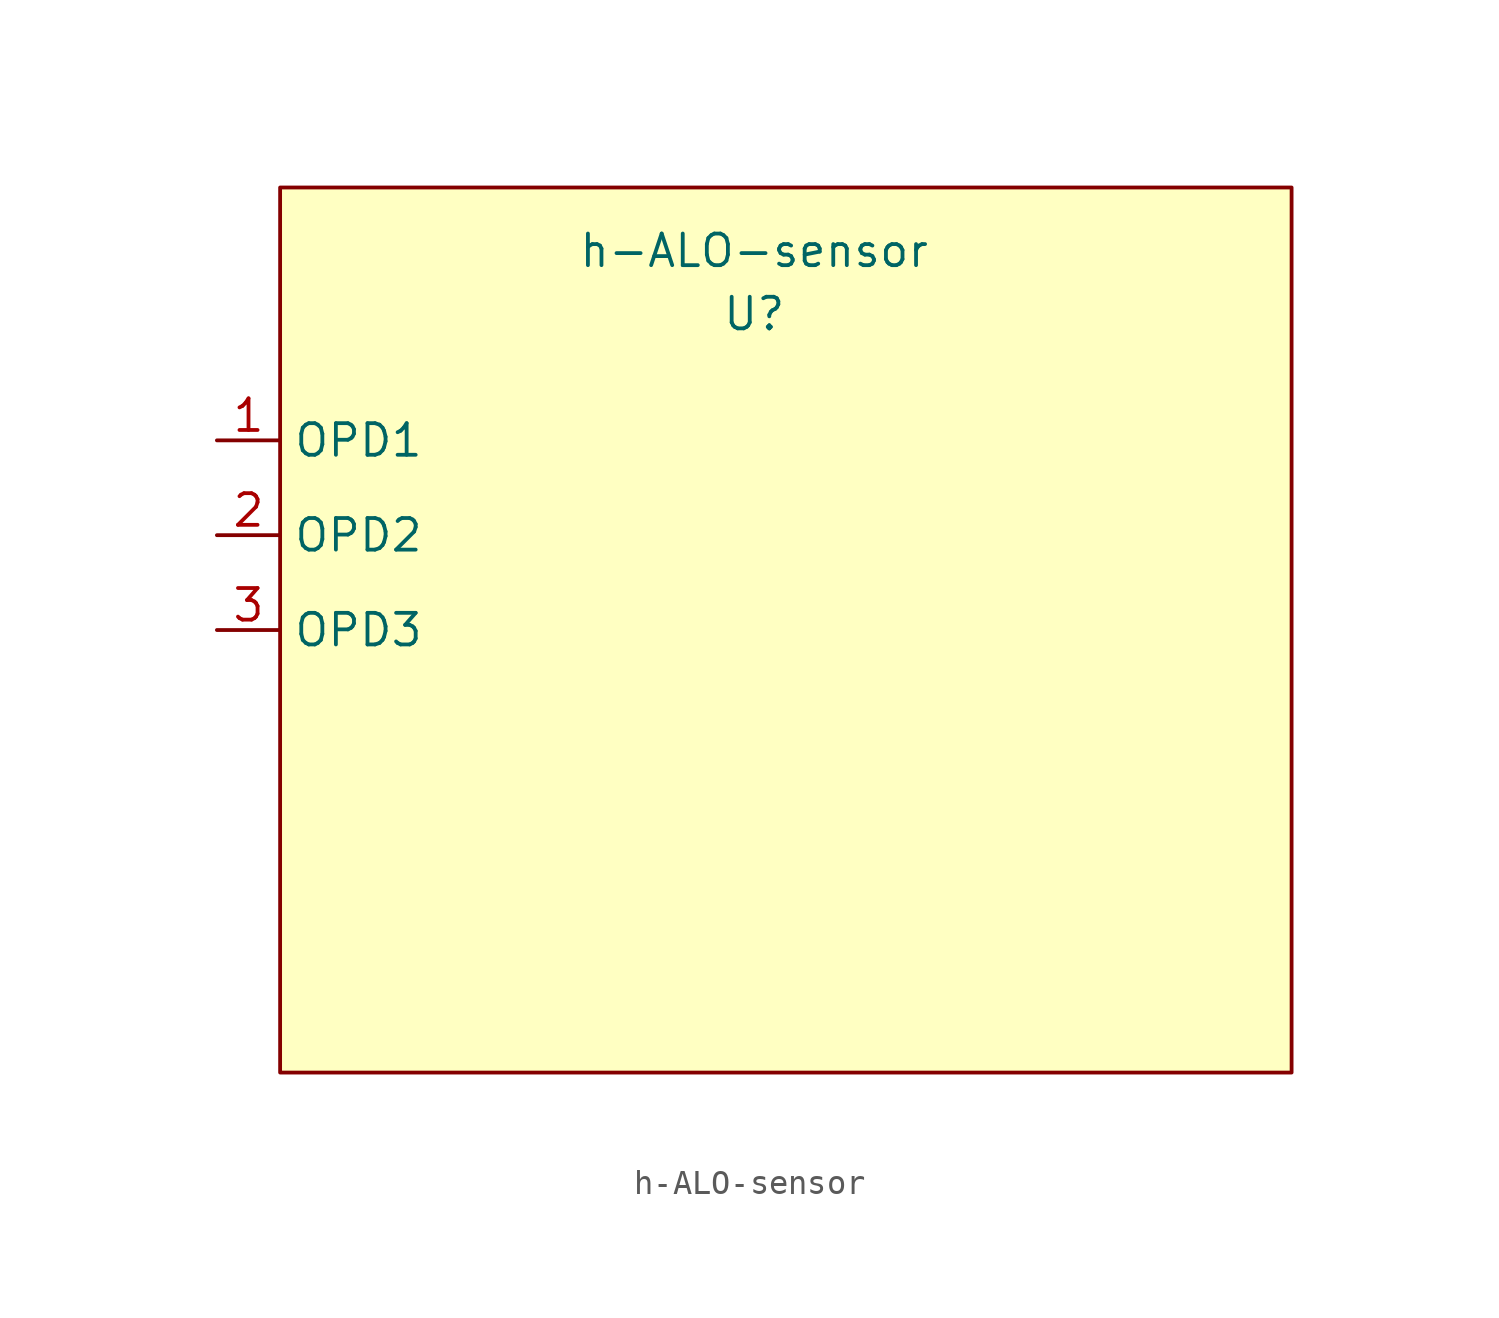
<source format=kicad_sym>
(kicad_symbol_lib
  (version 20211014)
  (generator kicad_symbol_editor)
  (symbol "h-ALO-sensor"
    (property "Reference" "U"
      (at 6.35 15.24 0)
      (effects (font (size 1.27 1.27))))
    (property "Value" "h-ALO-sensor"
      (at 6.35 17.78 0)
      (effects (font (size 1.27 1.27))))
    (symbol "h-ALO-sensor_0_1"
      (rectangle (start -12.7 20.32) (end 27.94 -15.24) (stroke (width 0) (type default) (color 0 0 0 0)) (fill (type background))))
    (symbol "h-ALO-sensor_1_1"
      (pin input line (at -15.24 10.16 0) (length 2.54) (name "OPD1" (effects (font (size 1.27 1.27)))) (number "1" (effects (font (size 1.27 1.27)))))
      (pin input line (at -15.24 6.35 0) (length 2.54) (name "OPD2" (effects (font (size 1.27 1.27)))) (number "2" (effects (font (size 1.27 1.27)))))
      (pin input line (at -15.24 2.54 0) (length 2.54) (name "OPD3" (effects (font (size 1.27 1.27)))) (number "3" (effects (font (size 1.27 1.27))))))))
</source>
